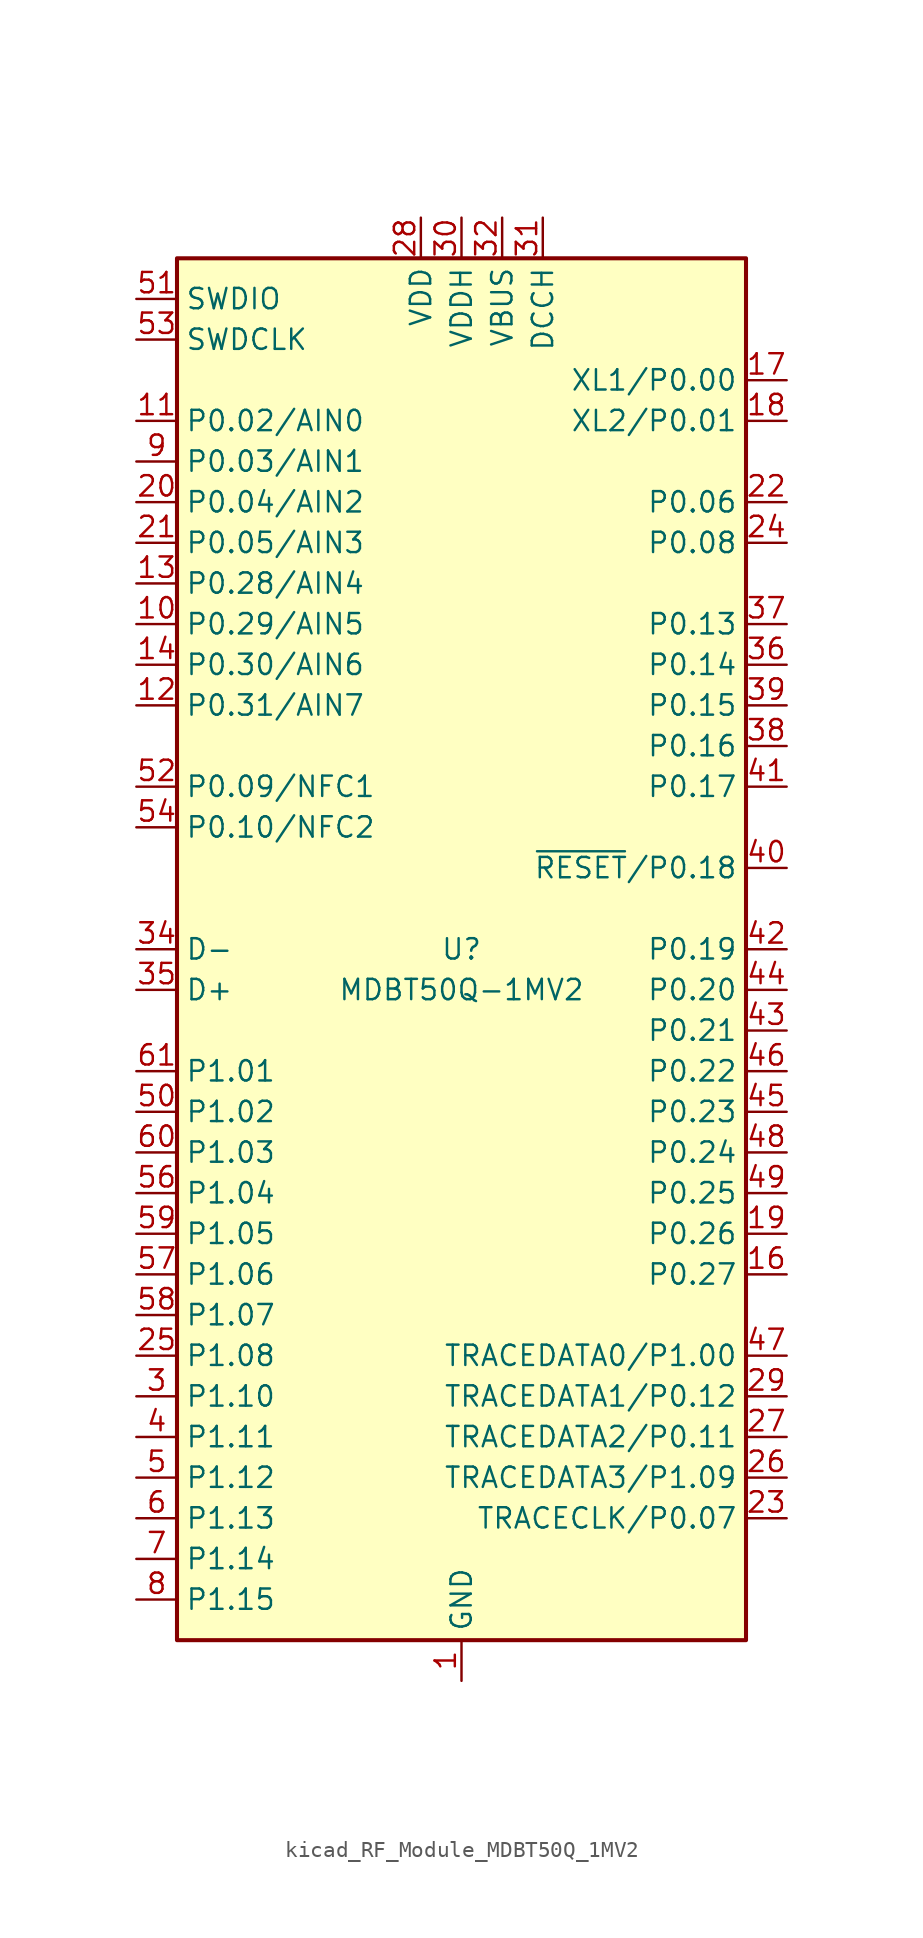
<source format=kicad_sym>
(kicad_symbol_lib
  (version 20220914)
  (generator kicad_symbol_editor)
  (symbol "kicad_RF_Module_MDBT50Q_1MV2"
    (property "Reference" "U"
      (at 0 0 0)
      (effects (font (size 1.27 1.27))))
    (property "Value" "MDBT50Q-1MV2"
      (at 0 -2.54 0)
      (effects (font (size 1.27 1.27))))
    (symbol "kicad_RF_Module_MDBT50Q_1MV2_0_1"
      (rectangle (start -17.78 43.18) (end 17.78 -43.18) (stroke (width 0.254) (type default)) (fill (type background))))
    (symbol "kicad_RF_Module_MDBT50Q_1MV2_1_1"
      (pin power_in line (at 0 -45.72 90) (length 2.54) (name "GND" (effects (font (size 1.27 1.27)))) (number "1" (effects (font (size 1.27 1.27)))))
      (pin bidirectional line (at -20.32 20.32 0) (length 2.54) (name "P0.29/AIN5" (effects (font (size 1.27 1.27)))) (number "10" (effects (font (size 1.27 1.27)))))
      (pin bidirectional line (at -20.32 33.02 0) (length 2.54) (name "P0.02/AIN0" (effects (font (size 1.27 1.27)))) (number "11" (effects (font (size 1.27 1.27)))))
      (pin bidirectional line (at -20.32 15.24 0) (length 2.54) (name "P0.31/AIN7" (effects (font (size 1.27 1.27)))) (number "12" (effects (font (size 1.27 1.27)))))
      (pin bidirectional line (at -20.32 22.86 0) (length 2.54) (name "P0.28/AIN4" (effects (font (size 1.27 1.27)))) (number "13" (effects (font (size 1.27 1.27)))))
      (pin bidirectional line (at -20.32 17.78 0) (length 2.54) (name "P0.30/AIN6" (effects (font (size 1.27 1.27)))) (number "14" (effects (font (size 1.27 1.27)))))
      (pin passive line (at 0 -45.72 90) (length 2.54) hide (name "GND" (effects (font (size 1.27 1.27)))) (number "15" (effects (font (size 1.27 1.27)))))
      (pin bidirectional line (at 20.32 -20.32 180) (length 2.54) (name "P0.27" (effects (font (size 1.27 1.27)))) (number "16" (effects (font (size 1.27 1.27)))))
      (pin bidirectional line (at 20.32 35.56 180) (length 2.54) (name "XL1/P0.00" (effects (font (size 1.27 1.27)))) (number "17" (effects (font (size 1.27 1.27)))))
      (pin bidirectional line (at 20.32 33.02 180) (length 2.54) (name "XL2/P0.01" (effects (font (size 1.27 1.27)))) (number "18" (effects (font (size 1.27 1.27)))))
      (pin bidirectional line (at 20.32 -17.78 180) (length 2.54) (name "P0.26" (effects (font (size 1.27 1.27)))) (number "19" (effects (font (size 1.27 1.27)))))
      (pin passive line (at 0 -45.72 90) (length 2.54) hide (name "GND" (effects (font (size 1.27 1.27)))) (number "2" (effects (font (size 1.27 1.27)))))
      (pin bidirectional line (at -20.32 27.94 0) (length 2.54) (name "P0.04/AIN2" (effects (font (size 1.27 1.27)))) (number "20" (effects (font (size 1.27 1.27)))))
      (pin bidirectional line (at -20.32 25.4 0) (length 2.54) (name "P0.05/AIN3" (effects (font (size 1.27 1.27)))) (number "21" (effects (font (size 1.27 1.27)))))
      (pin bidirectional line (at 20.32 27.94 180) (length 2.54) (name "P0.06" (effects (font (size 1.27 1.27)))) (number "22" (effects (font (size 1.27 1.27)))))
      (pin bidirectional line (at 20.32 -35.56 180) (length 2.54) (name "TRACECLK/P0.07" (effects (font (size 1.27 1.27)))) (number "23" (effects (font (size 1.27 1.27)))))
      (pin bidirectional line (at 20.32 25.4 180) (length 2.54) (name "P0.08" (effects (font (size 1.27 1.27)))) (number "24" (effects (font (size 1.27 1.27)))))
      (pin bidirectional line (at -20.32 -25.4 0) (length 2.54) (name "P1.08" (effects (font (size 1.27 1.27)))) (number "25" (effects (font (size 1.27 1.27)))))
      (pin bidirectional line (at 20.32 -33.02 180) (length 2.54) (name "TRACEDATA3/P1.09" (effects (font (size 1.27 1.27)))) (number "26" (effects (font (size 1.27 1.27)))))
      (pin bidirectional line (at 20.32 -30.48 180) (length 2.54) (name "TRACEDATA2/P0.11" (effects (font (size 1.27 1.27)))) (number "27" (effects (font (size 1.27 1.27)))))
      (pin power_in line (at -2.54 45.72 270) (length 2.54) (name "VDD" (effects (font (size 1.27 1.27)))) (number "28" (effects (font (size 1.27 1.27)))))
      (pin bidirectional line (at 20.32 -27.94 180) (length 2.54) (name "TRACEDATA1/P0.12" (effects (font (size 1.27 1.27)))) (number "29" (effects (font (size 1.27 1.27)))))
      (pin bidirectional line (at -20.32 -27.94 0) (length 2.54) (name "P1.10" (effects (font (size 1.27 1.27)))) (number "3" (effects (font (size 1.27 1.27)))))
      (pin power_in line (at 0 45.72 270) (length 2.54) (name "VDDH" (effects (font (size 1.27 1.27)))) (number "30" (effects (font (size 1.27 1.27)))))
      (pin power_out line (at 5.08 45.72 270) (length 2.54) (name "DCCH" (effects (font (size 1.27 1.27)))) (number "31" (effects (font (size 1.27 1.27)))))
      (pin power_in line (at 2.54 45.72 270) (length 2.54) (name "VBUS" (effects (font (size 1.27 1.27)))) (number "32" (effects (font (size 1.27 1.27)))))
      (pin passive line (at 0 -45.72 90) (length 2.54) hide (name "GND" (effects (font (size 1.27 1.27)))) (number "33" (effects (font (size 1.27 1.27)))))
      (pin bidirectional line (at -20.32 0 0) (length 2.54) (name "D-" (effects (font (size 1.27 1.27)))) (number "34" (effects (font (size 1.27 1.27)))))
      (pin bidirectional line (at -20.32 -2.54 0) (length 2.54) (name "D+" (effects (font (size 1.27 1.27)))) (number "35" (effects (font (size 1.27 1.27)))))
      (pin bidirectional line (at 20.32 17.78 180) (length 2.54) (name "P0.14" (effects (font (size 1.27 1.27)))) (number "36" (effects (font (size 1.27 1.27)))))
      (pin bidirectional line (at 20.32 20.32 180) (length 2.54) (name "P0.13" (effects (font (size 1.27 1.27)))) (number "37" (effects (font (size 1.27 1.27)))))
      (pin bidirectional line (at 20.32 12.7 180) (length 2.54) (name "P0.16" (effects (font (size 1.27 1.27)))) (number "38" (effects (font (size 1.27 1.27)))))
      (pin bidirectional line (at 20.32 15.24 180) (length 2.54) (name "P0.15" (effects (font (size 1.27 1.27)))) (number "39" (effects (font (size 1.27 1.27)))))
      (pin bidirectional line (at -20.32 -30.48 0) (length 2.54) (name "P1.11" (effects (font (size 1.27 1.27)))) (number "4" (effects (font (size 1.27 1.27)))))
      (pin bidirectional line (at 20.32 5.08 180) (length 2.54) (name "~{RESET}/P0.18" (effects (font (size 1.27 1.27)))) (number "40" (effects (font (size 1.27 1.27)))))
      (pin bidirectional line (at 20.32 10.16 180) (length 2.54) (name "P0.17" (effects (font (size 1.27 1.27)))) (number "41" (effects (font (size 1.27 1.27)))))
      (pin bidirectional line (at 20.32 0 180) (length 2.54) (name "P0.19" (effects (font (size 1.27 1.27)))) (number "42" (effects (font (size 1.27 1.27)))))
      (pin bidirectional line (at 20.32 -5.08 180) (length 2.54) (name "P0.21" (effects (font (size 1.27 1.27)))) (number "43" (effects (font (size 1.27 1.27)))))
      (pin bidirectional line (at 20.32 -2.54 180) (length 2.54) (name "P0.20" (effects (font (size 1.27 1.27)))) (number "44" (effects (font (size 1.27 1.27)))))
      (pin bidirectional line (at 20.32 -10.16 180) (length 2.54) (name "P0.23" (effects (font (size 1.27 1.27)))) (number "45" (effects (font (size 1.27 1.27)))))
      (pin bidirectional line (at 20.32 -7.62 180) (length 2.54) (name "P0.22" (effects (font (size 1.27 1.27)))) (number "46" (effects (font (size 1.27 1.27)))))
      (pin bidirectional line (at 20.32 -25.4 180) (length 2.54) (name "TRACEDATA0/P1.00" (effects (font (size 1.27 1.27)))) (number "47" (effects (font (size 1.27 1.27)))))
      (pin bidirectional line (at 20.32 -12.7 180) (length 2.54) (name "P0.24" (effects (font (size 1.27 1.27)))) (number "48" (effects (font (size 1.27 1.27)))))
      (pin bidirectional line (at 20.32 -15.24 180) (length 2.54) (name "P0.25" (effects (font (size 1.27 1.27)))) (number "49" (effects (font (size 1.27 1.27)))))
      (pin bidirectional line (at -20.32 -33.02 0) (length 2.54) (name "P1.12" (effects (font (size 1.27 1.27)))) (number "5" (effects (font (size 1.27 1.27)))))
      (pin bidirectional line (at -20.32 -10.16 0) (length 2.54) (name "P1.02" (effects (font (size 1.27 1.27)))) (number "50" (effects (font (size 1.27 1.27)))))
      (pin bidirectional line (at -20.32 40.64 0) (length 2.54) (name "SWDIO" (effects (font (size 1.27 1.27)))) (number "51" (effects (font (size 1.27 1.27)))))
      (pin bidirectional line (at -20.32 10.16 0) (length 2.54) (name "P0.09/NFC1" (effects (font (size 1.27 1.27)))) (number "52" (effects (font (size 1.27 1.27)))))
      (pin input line (at -20.32 38.1 0) (length 2.54) (name "SWDCLK" (effects (font (size 1.27 1.27)))) (number "53" (effects (font (size 1.27 1.27)))))
      (pin bidirectional line (at -20.32 7.62 0) (length 2.54) (name "P0.10/NFC2" (effects (font (size 1.27 1.27)))) (number "54" (effects (font (size 1.27 1.27)))))
      (pin passive line (at 0 -45.72 90) (length 2.54) hide (name "GND" (effects (font (size 1.27 1.27)))) (number "55" (effects (font (size 1.27 1.27)))))
      (pin bidirectional line (at -20.32 -15.24 0) (length 2.54) (name "P1.04" (effects (font (size 1.27 1.27)))) (number "56" (effects (font (size 1.27 1.27)))))
      (pin bidirectional line (at -20.32 -20.32 0) (length 2.54) (name "P1.06" (effects (font (size 1.27 1.27)))) (number "57" (effects (font (size 1.27 1.27)))))
      (pin bidirectional line (at -20.32 -22.86 0) (length 2.54) (name "P1.07" (effects (font (size 1.27 1.27)))) (number "58" (effects (font (size 1.27 1.27)))))
      (pin bidirectional line (at -20.32 -17.78 0) (length 2.54) (name "P1.05" (effects (font (size 1.27 1.27)))) (number "59" (effects (font (size 1.27 1.27)))))
      (pin bidirectional line (at -20.32 -35.56 0) (length 2.54) (name "P1.13" (effects (font (size 1.27 1.27)))) (number "6" (effects (font (size 1.27 1.27)))))
      (pin bidirectional line (at -20.32 -12.7 0) (length 2.54) (name "P1.03" (effects (font (size 1.27 1.27)))) (number "60" (effects (font (size 1.27 1.27)))))
      (pin bidirectional line (at -20.32 -7.62 0) (length 2.54) (name "P1.01" (effects (font (size 1.27 1.27)))) (number "61" (effects (font (size 1.27 1.27)))))
      (pin bidirectional line (at -20.32 -38.1 0) (length 2.54) (name "P1.14" (effects (font (size 1.27 1.27)))) (number "7" (effects (font (size 1.27 1.27)))))
      (pin bidirectional line (at -20.32 -40.64 0) (length 2.54) (name "P1.15" (effects (font (size 1.27 1.27)))) (number "8" (effects (font (size 1.27 1.27)))))
      (pin bidirectional line (at -20.32 30.48 0) (length 2.54) (name "P0.03/AIN1" (effects (font (size 1.27 1.27)))) (number "9" (effects (font (size 1.27 1.27))))))))
</source>
